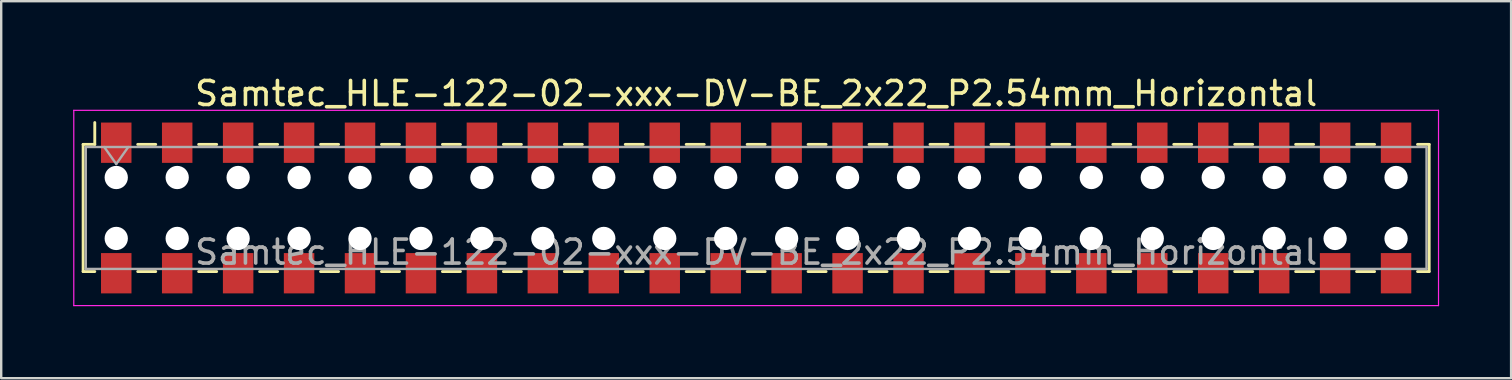
<source format=kicad_pcb>
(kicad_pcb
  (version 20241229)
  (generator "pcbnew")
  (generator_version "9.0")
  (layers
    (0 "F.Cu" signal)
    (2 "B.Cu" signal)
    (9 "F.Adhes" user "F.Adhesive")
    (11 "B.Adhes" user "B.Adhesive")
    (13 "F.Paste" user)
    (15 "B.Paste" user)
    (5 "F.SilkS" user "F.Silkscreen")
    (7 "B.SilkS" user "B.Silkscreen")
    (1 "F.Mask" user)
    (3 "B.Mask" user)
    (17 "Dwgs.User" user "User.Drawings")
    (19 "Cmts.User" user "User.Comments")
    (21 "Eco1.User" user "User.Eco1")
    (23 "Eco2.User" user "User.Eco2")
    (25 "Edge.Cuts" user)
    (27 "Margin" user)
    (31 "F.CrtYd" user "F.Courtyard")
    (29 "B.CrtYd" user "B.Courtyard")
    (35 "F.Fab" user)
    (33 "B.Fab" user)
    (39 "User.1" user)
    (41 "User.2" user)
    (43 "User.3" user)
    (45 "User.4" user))
  (footprint "Samtec_HLE-122-02-xxx-DV-BE_2x22_P2.54mm_Horizontal"
    (layer "F.Cu")
    (at 28.465 5.618)
    (property "Reference" "Samtec_HLE-122-02-xxx-DV-BE_2x22_P2.54mm_Horizontal" (at 0 -4.77 0) (layer "F.SilkS") (effects (font (size 1 1) (thickness 0.15))))
    (attr smd)
    (fp_line (start -28.05 -2.65) (end -28.05 2.65) (stroke (width 0.12) (type solid)) (layer "F.SilkS"))
    (fp_line (start -28.05 2.65) (end -27.565 2.65) (stroke (width 0.12) (type solid)) (layer "F.SilkS"))
    (fp_line (start -27.565 -3.56) (end -27.565 -2.65) (stroke (width 0.12) (type solid)) (layer "F.SilkS"))
    (fp_line (start -27.565 -2.65) (end -28.05 -2.65) (stroke (width 0.12) (type solid)) (layer "F.SilkS"))
    (fp_line (start -25.775 -2.65) (end -25.025 -2.65) (stroke (width 0.12) (type solid)) (layer "F.SilkS"))
    (fp_line (start -25.775 2.65) (end -25.025 2.65) (stroke (width 0.12) (type solid)) (layer "F.SilkS"))
    (fp_line (start -23.235 -2.65) (end -22.485 -2.65) (stroke (width 0.12) (type solid)) (layer "F.SilkS"))
    (fp_line (start -23.235 2.65) (end -22.485 2.65) (stroke (width 0.12) (type solid)) (layer "F.SilkS"))
    (fp_line (start -20.695 -2.65) (end -19.945 -2.65) (stroke (width 0.12) (type solid)) (layer "F.SilkS"))
    (fp_line (start -20.695 2.65) (end -19.945 2.65) (stroke (width 0.12) (type solid)) (layer "F.SilkS"))
    (fp_line (start -18.155 -2.65) (end -17.405 -2.65) (stroke (width 0.12) (type solid)) (layer "F.SilkS"))
    (fp_line (start -18.155 2.65) (end -17.405 2.65) (stroke (width 0.12) (type solid)) (layer "F.SilkS"))
    (fp_line (start -15.615 -2.65) (end -14.865 -2.65) (stroke (width 0.12) (type solid)) (layer "F.SilkS"))
    (fp_line (start -15.615 2.65) (end -14.865 2.65) (stroke (width 0.12) (type solid)) (layer "F.SilkS"))
    (fp_line (start -13.075 -2.65) (end -12.325 -2.65) (stroke (width 0.12) (type solid)) (layer "F.SilkS"))
    (fp_line (start -13.075 2.65) (end -12.325 2.65) (stroke (width 0.12) (type solid)) (layer "F.SilkS"))
    (fp_line (start -10.535 -2.65) (end -9.785 -2.65) (stroke (width 0.12) (type solid)) (layer "F.SilkS"))
    (fp_line (start -10.535 2.65) (end -9.785 2.65) (stroke (width 0.12) (type solid)) (layer "F.SilkS"))
    (fp_line (start -7.995 -2.65) (end -7.245 -2.65) (stroke (width 0.12) (type solid)) (layer "F.SilkS"))
    (fp_line (start -7.995 2.65) (end -7.245 2.65) (stroke (width 0.12) (type solid)) (layer "F.SilkS"))
    (fp_line (start -5.455 -2.65) (end -4.705 -2.65) (stroke (width 0.12) (type solid)) (layer "F.SilkS"))
    (fp_line (start -5.455 2.65) (end -4.705 2.65) (stroke (width 0.12) (type solid)) (layer "F.SilkS"))
    (fp_line (start -2.915 -2.65) (end -2.165 -2.65) (stroke (width 0.12) (type solid)) (layer "F.SilkS"))
    (fp_line (start -2.915 2.65) (end -2.165 2.65) (stroke (width 0.12) (type solid)) (layer "F.SilkS"))
    (fp_line (start -0.375 -2.65) (end 0.375 -2.65) (stroke (width 0.12) (type solid)) (layer "F.SilkS"))
    (fp_line (start -0.375 2.65) (end 0.375 2.65) (stroke (width 0.12) (type solid)) (layer "F.SilkS"))
    (fp_line (start 2.165 -2.65) (end 2.915 -2.65) (stroke (width 0.12) (type solid)) (layer "F.SilkS"))
    (fp_line (start 2.165 2.65) (end 2.915 2.65) (stroke (width 0.12) (type solid)) (layer "F.SilkS"))
    (fp_line (start 4.705 -2.65) (end 5.455 -2.65) (stroke (width 0.12) (type solid)) (layer "F.SilkS"))
    (fp_line (start 4.705 2.65) (end 5.455 2.65) (stroke (width 0.12) (type solid)) (layer "F.SilkS"))
    (fp_line (start 7.245 -2.65) (end 7.995 -2.65) (stroke (width 0.12) (type solid)) (layer "F.SilkS"))
    (fp_line (start 7.245 2.65) (end 7.995 2.65) (stroke (width 0.12) (type solid)) (layer "F.SilkS"))
    (fp_line (start 9.785 -2.65) (end 10.535 -2.65) (stroke (width 0.12) (type solid)) (layer "F.SilkS"))
    (fp_line (start 9.785 2.65) (end 10.535 2.65) (stroke (width 0.12) (type solid)) (layer "F.SilkS"))
    (fp_line (start 12.325 -2.65) (end 13.075 -2.65) (stroke (width 0.12) (type solid)) (layer "F.SilkS"))
    (fp_line (start 12.325 2.65) (end 13.075 2.65) (stroke (width 0.12) (type solid)) (layer "F.SilkS"))
    (fp_line (start 14.865 -2.65) (end 15.615 -2.65) (stroke (width 0.12) (type solid)) (layer "F.SilkS"))
    (fp_line (start 14.865 2.65) (end 15.615 2.65) (stroke (width 0.12) (type solid)) (layer "F.SilkS"))
    (fp_line (start 17.405 -2.65) (end 18.155 -2.65) (stroke (width 0.12) (type solid)) (layer "F.SilkS"))
    (fp_line (start 17.405 2.65) (end 18.155 2.65) (stroke (width 0.12) (type solid)) (layer "F.SilkS"))
    (fp_line (start 19.945 -2.65) (end 20.695 -2.65) (stroke (width 0.12) (type solid)) (layer "F.SilkS"))
    (fp_line (start 19.945 2.65) (end 20.695 2.65) (stroke (width 0.12) (type solid)) (layer "F.SilkS"))
    (fp_line (start 22.485 -2.65) (end 23.235 -2.65) (stroke (width 0.12) (type solid)) (layer "F.SilkS"))
    (fp_line (start 22.485 2.65) (end 23.235 2.65) (stroke (width 0.12) (type solid)) (layer "F.SilkS"))
    (fp_line (start 25.025 -2.65) (end 25.775 -2.65) (stroke (width 0.12) (type solid)) (layer "F.SilkS"))
    (fp_line (start 25.025 2.65) (end 25.775 2.65) (stroke (width 0.12) (type solid)) (layer "F.SilkS"))
    (fp_line (start 27.565 -2.65) (end 28.05 -2.65) (stroke (width 0.12) (type solid)) (layer "F.SilkS"))
    (fp_line (start 28.05 -2.65) (end 28.05 2.65) (stroke (width 0.12) (type solid)) (layer "F.SilkS"))
    (fp_line (start 28.05 2.65) (end 27.565 2.65) (stroke (width 0.12) (type solid)) (layer "F.SilkS"))
    (fp_line (start -28.44 -4.07) (end 28.44 -4.07) (stroke (width 0.05) (type solid)) (layer "F.CrtYd"))
    (fp_line (start -28.44 4.07) (end -28.44 -4.07) (stroke (width 0.05) (type solid)) (layer "F.CrtYd"))
    (fp_line (start 28.44 -4.07) (end 28.44 4.07) (stroke (width 0.05) (type solid)) (layer "F.CrtYd"))
    (fp_line (start 28.44 4.07) (end -28.44 4.07) (stroke (width 0.05) (type solid)) (layer "F.CrtYd"))
    (fp_line (start -27.94 -2.54) (end 27.94 -2.54) (stroke (width 0.1) (type solid)) (layer "F.Fab"))
    (fp_line (start -27.94 2.54) (end -27.94 -2.54) (stroke (width 0.1) (type solid)) (layer "F.Fab"))
    (fp_line (start -27.17 -2.54) (end -26.67 -1.833) (stroke (width 0.1) (type solid)) (layer "F.Fab"))
    (fp_line (start -26.67 -1.833) (end -26.17 -2.54) (stroke (width 0.1) (type solid)) (layer "F.Fab"))
    (fp_line (start 27.94 -2.54) (end 27.94 2.54) (stroke (width 0.1) (type solid)) (layer "F.Fab"))
    (fp_line (start 27.94 2.54) (end -27.94 2.54) (stroke (width 0.1) (type solid)) (layer "F.Fab"))
    (fp_text user "${REFERENCE}" (at 0 1.84 0) (layer "F.Fab") (effects (font (size 1 1) (thickness 0.15))))
    (pad "" np_thru_hole circle (at -26.67 -1.27) (size 0.97 0.97) (drill 0.97) (layers "*.Cu" "*.Mask"))
    (pad "" np_thru_hole circle (at -26.67 1.27) (size 0.97 0.97) (drill 0.97) (layers "*.Cu" "*.Mask"))
    (pad "" np_thru_hole circle (at -24.13 -1.27) (size 0.97 0.97) (drill 0.97) (layers "*.Cu" "*.Mask"))
    (pad "" np_thru_hole circle (at -24.13 1.27) (size 0.97 0.97) (drill 0.97) (layers "*.Cu" "*.Mask"))
    (pad "" np_thru_hole circle (at -21.59 -1.27) (size 0.97 0.97) (drill 0.97) (layers "*.Cu" "*.Mask"))
    (pad "" np_thru_hole circle (at -21.59 1.27) (size 0.97 0.97) (drill 0.97) (layers "*.Cu" "*.Mask"))
    (pad "" np_thru_hole circle (at -19.05 -1.27) (size 0.97 0.97) (drill 0.97) (layers "*.Cu" "*.Mask"))
    (pad "" np_thru_hole circle (at -19.05 1.27) (size 0.97 0.97) (drill 0.97) (layers "*.Cu" "*.Mask"))
    (pad "" np_thru_hole circle (at -16.51 -1.27) (size 0.97 0.97) (drill 0.97) (layers "*.Cu" "*.Mask"))
    (pad "" np_thru_hole circle (at -16.51 1.27) (size 0.97 0.97) (drill 0.97) (layers "*.Cu" "*.Mask"))
    (pad "" np_thru_hole circle (at -13.97 -1.27) (size 0.97 0.97) (drill 0.97) (layers "*.Cu" "*.Mask"))
    (pad "" np_thru_hole circle (at -13.97 1.27) (size 0.97 0.97) (drill 0.97) (layers "*.Cu" "*.Mask"))
    (pad "" np_thru_hole circle (at -11.43 -1.27) (size 0.97 0.97) (drill 0.97) (layers "*.Cu" "*.Mask"))
    (pad "" np_thru_hole circle (at -11.43 1.27) (size 0.97 0.97) (drill 0.97) (layers "*.Cu" "*.Mask"))
    (pad "" np_thru_hole circle (at -8.89 -1.27) (size 0.97 0.97) (drill 0.97) (layers "*.Cu" "*.Mask"))
    (pad "" np_thru_hole circle (at -8.89 1.27) (size 0.97 0.97) (drill 0.97) (layers "*.Cu" "*.Mask"))
    (pad "" np_thru_hole circle (at -6.35 -1.27) (size 0.97 0.97) (drill 0.97) (layers "*.Cu" "*.Mask"))
    (pad "" np_thru_hole circle (at -6.35 1.27) (size 0.97 0.97) (drill 0.97) (layers "*.Cu" "*.Mask"))
    (pad "" np_thru_hole circle (at -3.81 -1.27) (size 0.97 0.97) (drill 0.97) (layers "*.Cu" "*.Mask"))
    (pad "" np_thru_hole circle (at -3.81 1.27) (size 0.97 0.97) (drill 0.97) (layers "*.Cu" "*.Mask"))
    (pad "" np_thru_hole circle (at -1.27 -1.27) (size 0.97 0.97) (drill 0.97) (layers "*.Cu" "*.Mask"))
    (pad "" np_thru_hole circle (at -1.27 1.27) (size 0.97 0.97) (drill 0.97) (layers "*.Cu" "*.Mask"))
    (pad "" np_thru_hole circle (at 1.27 -1.27) (size 0.97 0.97) (drill 0.97) (layers "*.Cu" "*.Mask"))
    (pad "" np_thru_hole circle (at 1.27 1.27) (size 0.97 0.97) (drill 0.97) (layers "*.Cu" "*.Mask"))
    (pad "" np_thru_hole circle (at 3.81 -1.27) (size 0.97 0.97) (drill 0.97) (layers "*.Cu" "*.Mask"))
    (pad "" np_thru_hole circle (at 3.81 1.27) (size 0.97 0.97) (drill 0.97) (layers "*.Cu" "*.Mask"))
    (pad "" np_thru_hole circle (at 6.35 -1.27) (size 0.97 0.97) (drill 0.97) (layers "*.Cu" "*.Mask"))
    (pad "" np_thru_hole circle (at 6.35 1.27) (size 0.97 0.97) (drill 0.97) (layers "*.Cu" "*.Mask"))
    (pad "" np_thru_hole circle (at 8.89 -1.27) (size 0.97 0.97) (drill 0.97) (layers "*.Cu" "*.Mask"))
    (pad "" np_thru_hole circle (at 8.89 1.27) (size 0.97 0.97) (drill 0.97) (layers "*.Cu" "*.Mask"))
    (pad "" np_thru_hole circle (at 11.43 -1.27) (size 0.97 0.97) (drill 0.97) (layers "*.Cu" "*.Mask"))
    (pad "" np_thru_hole circle (at 11.43 1.27) (size 0.97 0.97) (drill 0.97) (layers "*.Cu" "*.Mask"))
    (pad "" np_thru_hole circle (at 13.97 -1.27) (size 0.97 0.97) (drill 0.97) (layers "*.Cu" "*.Mask"))
    (pad "" np_thru_hole circle (at 13.97 1.27) (size 0.97 0.97) (drill 0.97) (layers "*.Cu" "*.Mask"))
    (pad "" np_thru_hole circle (at 16.51 -1.27) (size 0.97 0.97) (drill 0.97) (layers "*.Cu" "*.Mask"))
    (pad "" np_thru_hole circle (at 16.51 1.27) (size 0.97 0.97) (drill 0.97) (layers "*.Cu" "*.Mask"))
    (pad "" np_thru_hole circle (at 19.05 -1.27) (size 0.97 0.97) (drill 0.97) (layers "*.Cu" "*.Mask"))
    (pad "" np_thru_hole circle (at 19.05 1.27) (size 0.97 0.97) (drill 0.97) (layers "*.Cu" "*.Mask"))
    (pad "" np_thru_hole circle (at 21.59 -1.27) (size 0.97 0.97) (drill 0.97) (layers "*.Cu" "*.Mask"))
    (pad "" np_thru_hole circle (at 21.59 1.27) (size 0.97 0.97) (drill 0.97) (layers "*.Cu" "*.Mask"))
    (pad "" np_thru_hole circle (at 24.13 -1.27) (size 0.97 0.97) (drill 0.97) (layers "*.Cu" "*.Mask"))
    (pad "" np_thru_hole circle (at 24.13 1.27) (size 0.97 0.97) (drill 0.97) (layers "*.Cu" "*.Mask"))
    (pad "" np_thru_hole circle (at 26.67 -1.27) (size 0.97 0.97) (drill 0.97) (layers "*.Cu" "*.Mask"))
    (pad "" np_thru_hole circle (at 26.67 1.27) (size 0.97 0.97) (drill 0.97) (layers "*.Cu" "*.Mask"))
    (pad "1" smd rect (at -26.67 -2.72) (size 1.27 1.68) (layers "F.Cu" "F.Mask" "F.Paste"))
    (pad "2" smd rect (at -26.67 2.72) (size 1.27 1.68) (layers "F.Cu" "F.Mask" "F.Paste"))
    (pad "3" smd rect (at -24.13 -2.72) (size 1.27 1.68) (layers "F.Cu" "F.Mask" "F.Paste"))
    (pad "4" smd rect (at -24.13 2.72) (size 1.27 1.68) (layers "F.Cu" "F.Mask" "F.Paste"))
    (pad "5" smd rect (at -21.59 -2.72) (size 1.27 1.68) (layers "F.Cu" "F.Mask" "F.Paste"))
    (pad "6" smd rect (at -21.59 2.72) (size 1.27 1.68) (layers "F.Cu" "F.Mask" "F.Paste"))
    (pad "7" smd rect (at -19.05 -2.72) (size 1.27 1.68) (layers "F.Cu" "F.Mask" "F.Paste"))
    (pad "8" smd rect (at -19.05 2.72) (size 1.27 1.68) (layers "F.Cu" "F.Mask" "F.Paste"))
    (pad "9" smd rect (at -16.51 -2.72) (size 1.27 1.68) (layers "F.Cu" "F.Mask" "F.Paste"))
    (pad "10" smd rect (at -16.51 2.72) (size 1.27 1.68) (layers "F.Cu" "F.Mask" "F.Paste"))
    (pad "11" smd rect (at -13.97 -2.72) (size 1.27 1.68) (layers "F.Cu" "F.Mask" "F.Paste"))
    (pad "12" smd rect (at -13.97 2.72) (size 1.27 1.68) (layers "F.Cu" "F.Mask" "F.Paste"))
    (pad "13" smd rect (at -11.43 -2.72) (size 1.27 1.68) (layers "F.Cu" "F.Mask" "F.Paste"))
    (pad "14" smd rect (at -11.43 2.72) (size 1.27 1.68) (layers "F.Cu" "F.Mask" "F.Paste"))
    (pad "15" smd rect (at -8.89 -2.72) (size 1.27 1.68) (layers "F.Cu" "F.Mask" "F.Paste"))
    (pad "16" smd rect (at -8.89 2.72) (size 1.27 1.68) (layers "F.Cu" "F.Mask" "F.Paste"))
    (pad "17" smd rect (at -6.35 -2.72) (size 1.27 1.68) (layers "F.Cu" "F.Mask" "F.Paste"))
    (pad "18" smd rect (at -6.35 2.72) (size 1.27 1.68) (layers "F.Cu" "F.Mask" "F.Paste"))
    (pad "19" smd rect (at -3.81 -2.72) (size 1.27 1.68) (layers "F.Cu" "F.Mask" "F.Paste"))
    (pad "20" smd rect (at -3.81 2.72) (size 1.27 1.68) (layers "F.Cu" "F.Mask" "F.Paste"))
    (pad "21" smd rect (at -1.27 -2.72) (size 1.27 1.68) (layers "F.Cu" "F.Mask" "F.Paste"))
    (pad "22" smd rect (at -1.27 2.72) (size 1.27 1.68) (layers "F.Cu" "F.Mask" "F.Paste"))
    (pad "23" smd rect (at 1.27 -2.72) (size 1.27 1.68) (layers "F.Cu" "F.Mask" "F.Paste"))
    (pad "24" smd rect (at 1.27 2.72) (size 1.27 1.68) (layers "F.Cu" "F.Mask" "F.Paste"))
    (pad "25" smd rect (at 3.81 -2.72) (size 1.27 1.68) (layers "F.Cu" "F.Mask" "F.Paste"))
    (pad "26" smd rect (at 3.81 2.72) (size 1.27 1.68) (layers "F.Cu" "F.Mask" "F.Paste"))
    (pad "27" smd rect (at 6.35 -2.72) (size 1.27 1.68) (layers "F.Cu" "F.Mask" "F.Paste"))
    (pad "28" smd rect (at 6.35 2.72) (size 1.27 1.68) (layers "F.Cu" "F.Mask" "F.Paste"))
    (pad "29" smd rect (at 8.89 -2.72) (size 1.27 1.68) (layers "F.Cu" "F.Mask" "F.Paste"))
    (pad "30" smd rect (at 8.89 2.72) (size 1.27 1.68) (layers "F.Cu" "F.Mask" "F.Paste"))
    (pad "31" smd rect (at 11.43 -2.72) (size 1.27 1.68) (layers "F.Cu" "F.Mask" "F.Paste"))
    (pad "32" smd rect (at 11.43 2.72) (size 1.27 1.68) (layers "F.Cu" "F.Mask" "F.Paste"))
    (pad "33" smd rect (at 13.97 -2.72) (size 1.27 1.68) (layers "F.Cu" "F.Mask" "F.Paste"))
    (pad "34" smd rect (at 13.97 2.72) (size 1.27 1.68) (layers "F.Cu" "F.Mask" "F.Paste"))
    (pad "35" smd rect (at 16.51 -2.72) (size 1.27 1.68) (layers "F.Cu" "F.Mask" "F.Paste"))
    (pad "36" smd rect (at 16.51 2.72) (size 1.27 1.68) (layers "F.Cu" "F.Mask" "F.Paste"))
    (pad "37" smd rect (at 19.05 -2.72) (size 1.27 1.68) (layers "F.Cu" "F.Mask" "F.Paste"))
    (pad "38" smd rect (at 19.05 2.72) (size 1.27 1.68) (layers "F.Cu" "F.Mask" "F.Paste"))
    (pad "39" smd rect (at 21.59 -2.72) (size 1.27 1.68) (layers "F.Cu" "F.Mask" "F.Paste"))
    (pad "40" smd rect (at 21.59 2.72) (size 1.27 1.68) (layers "F.Cu" "F.Mask" "F.Paste"))
    (pad "41" smd rect (at 24.13 -2.72) (size 1.27 1.68) (layers "F.Cu" "F.Mask" "F.Paste"))
    (pad "42" smd rect (at 24.13 2.72) (size 1.27 1.68) (layers "F.Cu" "F.Mask" "F.Paste"))
    (pad "43" smd rect (at 26.67 -2.72) (size 1.27 1.68) (layers "F.Cu" "F.Mask" "F.Paste"))
    (pad "44" smd rect (at 26.67 2.72) (size 1.27 1.68) (layers "F.Cu" "F.Mask" "F.Paste")))
  (gr_rect
    (start -3 -3)
    (end 59.93 12.713)
    (stroke (width 0.1) (type default))
    (fill no)
    (layer "Edge.Cuts")))
</source>
